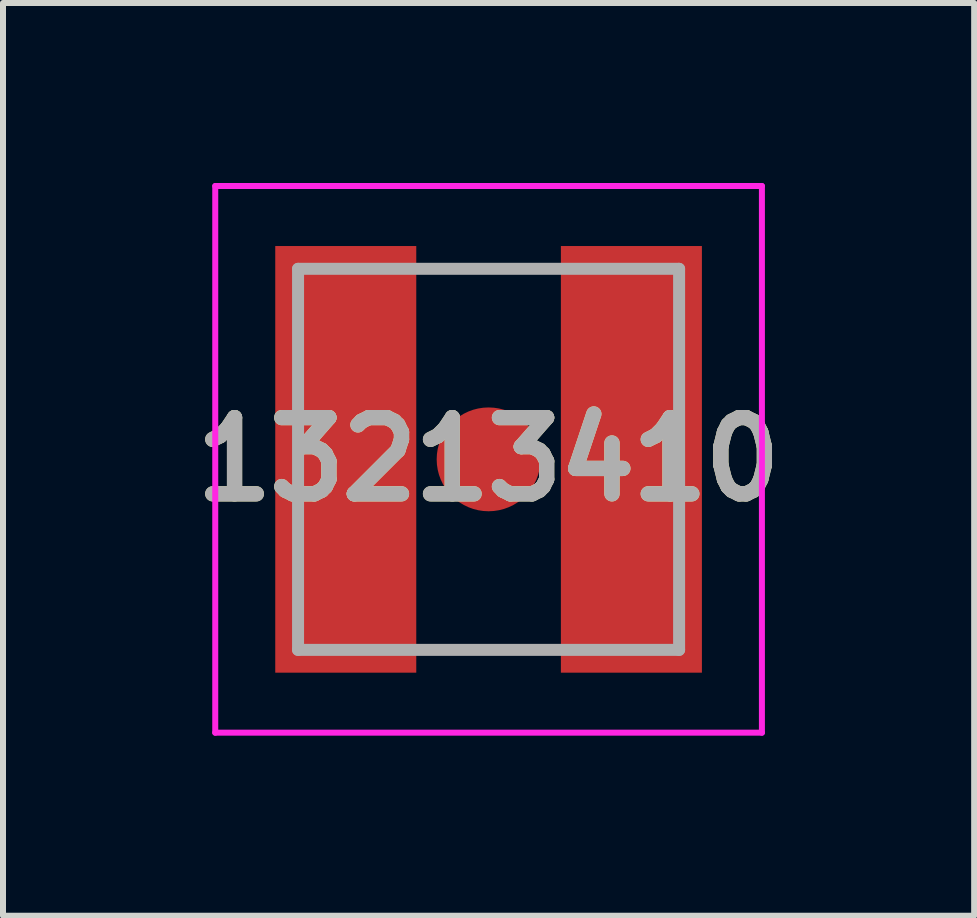
<source format=kicad_pcb>
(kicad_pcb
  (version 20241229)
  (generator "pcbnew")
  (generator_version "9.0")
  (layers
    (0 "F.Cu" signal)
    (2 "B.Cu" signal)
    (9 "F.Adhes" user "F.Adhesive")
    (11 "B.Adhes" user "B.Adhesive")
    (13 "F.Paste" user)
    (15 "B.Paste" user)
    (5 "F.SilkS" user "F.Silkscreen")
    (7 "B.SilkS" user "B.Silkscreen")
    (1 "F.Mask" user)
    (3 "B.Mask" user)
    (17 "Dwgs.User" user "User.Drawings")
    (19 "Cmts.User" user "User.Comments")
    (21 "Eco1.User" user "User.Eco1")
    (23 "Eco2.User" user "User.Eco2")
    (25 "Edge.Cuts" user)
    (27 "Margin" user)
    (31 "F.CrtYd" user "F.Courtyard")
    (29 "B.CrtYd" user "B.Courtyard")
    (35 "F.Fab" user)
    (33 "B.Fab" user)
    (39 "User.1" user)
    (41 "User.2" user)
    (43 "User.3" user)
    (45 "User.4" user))
  (footprint "13213410"
    (layer "F.Cu")
    (at 5.092 4.605)
    (property "Reference" "13213410" (at 0 0 0) (layer "F.SilkS") (effects (font (size 1.27 1.27) (thickness 0.254))))
    (attr smd)
    (fp_line (start -0.5 -3.175) (end 0.5 -3.175) (stroke (width 0.1) (type solid)) (layer "F.SilkS"))
    (fp_line (start -0.5 3.175) (end 0.5 3.175) (stroke (width 0.1) (type solid)) (layer "F.SilkS"))
    (fp_line (start -4.555 -4.555) (end 4.555 -4.555) (stroke (width 0.1) (type solid)) (layer "F.CrtYd"))
    (fp_line (start -4.555 4.555) (end -4.555 -4.555) (stroke (width 0.1) (type solid)) (layer "F.CrtYd"))
    (fp_line (start 4.555 -4.555) (end 4.555 4.555) (stroke (width 0.1) (type solid)) (layer "F.CrtYd"))
    (fp_line (start 4.555 4.555) (end -4.555 4.555) (stroke (width 0.1) (type solid)) (layer "F.CrtYd"))
    (fp_line (start -3.175 -3.175) (end 3.175 -3.175) (stroke (width 0.2) (type solid)) (layer "F.Fab"))
    (fp_line (start -3.175 3.175) (end -3.175 -3.175) (stroke (width 0.2) (type solid)) (layer "F.Fab"))
    (fp_line (start 3.175 -3.175) (end 3.175 3.175) (stroke (width 0.2) (type solid)) (layer "F.Fab"))
    (fp_line (start 3.175 3.175) (end -3.175 3.175) (stroke (width 0.2) (type solid)) (layer "F.Fab"))
    (fp_text user "${REFERENCE}" (at 0 0 0) (layer "F.Fab") (effects (font (size 1.27 1.27) (thickness 0.254))))
    (pad "1" smd rect (at -2.38 0) (size 2.35 7.11) (layers "F.Cu" "F.Mask" "F.Paste"))
    (pad "2" smd rect (at 2.38 0) (size 2.35 7.11) (layers "F.Cu" "F.Mask" "F.Paste"))
    (pad "3" smd circle (at 0 0 90) (size 1.73 1.73) (layers "F.Cu" "F.Mask" "F.Paste")))
  (gr_rect
    (start -3 -3)
    (end 13.184 12.21)
    (stroke (width 0.1) (type default))
    (fill no)
    (layer "Edge.Cuts")))
</source>
